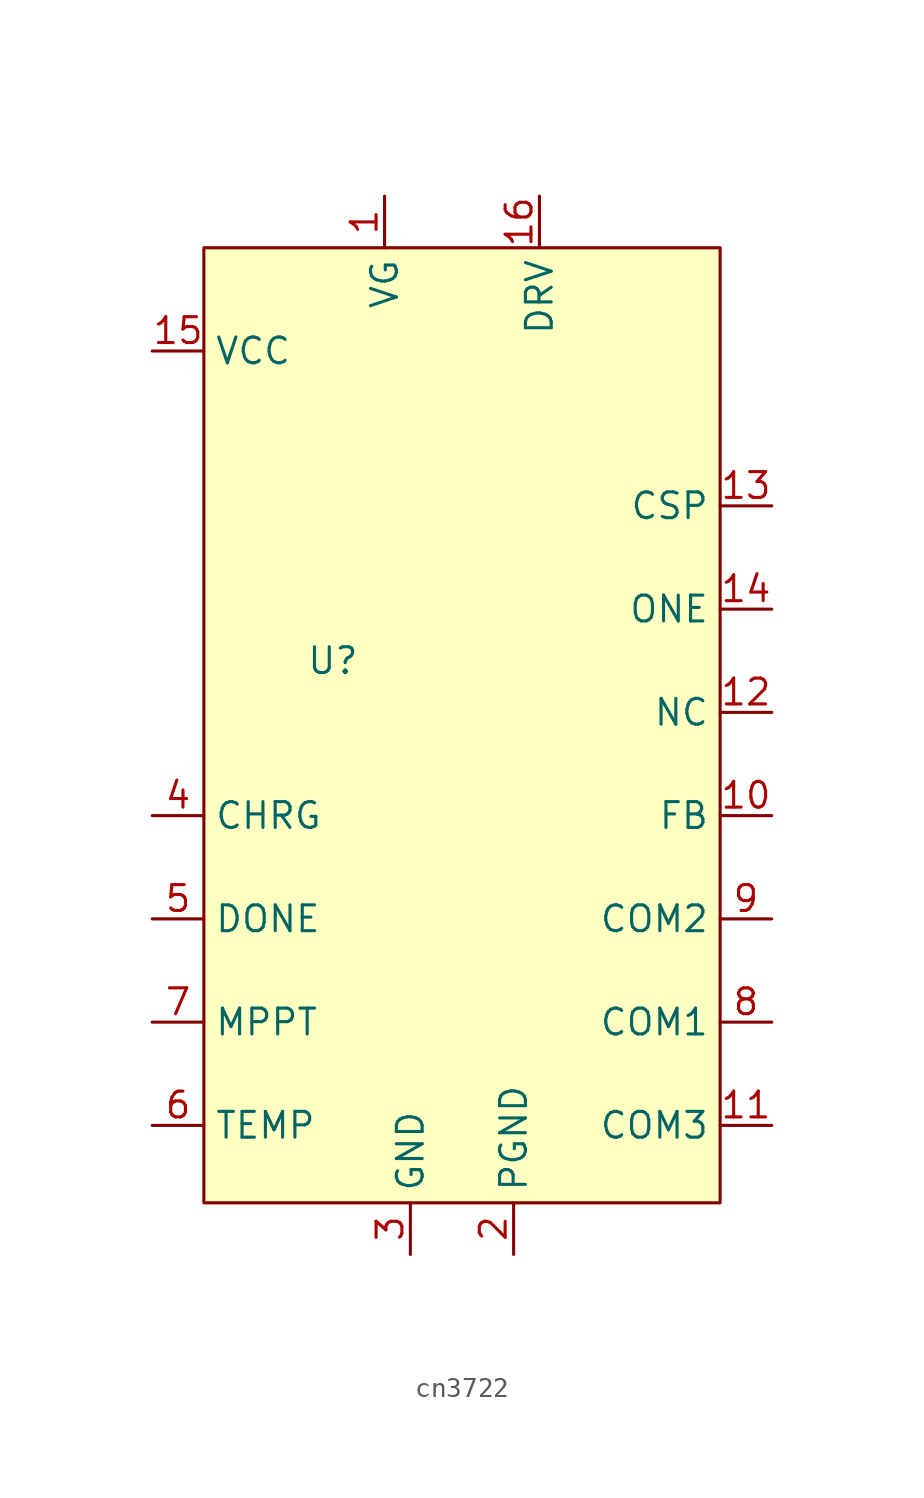
<source format=kicad_sym>
(kicad_symbol_lib
  (version 20220914)
  (generator kicad_symbol_editor)
  (symbol "cn3722"
    (property "Reference" "U"
      (at 0 0 0)
      (effects (font (size 1.27 1.27))))
    (property "Value" ""
      (at 0 0 0)
      (effects (font (size 1.27 1.27))))
    (symbol "cn3722_1_1"
      (rectangle (start -6.35 20.32) (end 19.05 -26.67) (stroke (width 0) (type default)) (fill (type background)))
      (pin input line (at 2.54 22.86 270) (length 2.54) (name "VG" (effects (font (size 1.27 1.27)))) (number "1" (effects (font (size 1.27 1.27)))))
      (pin input line (at 21.59 -7.62 180) (length 2.54) (name "FB" (effects (font (size 1.27 1.27)))) (number "10" (effects (font (size 1.27 1.27)))))
      (pin input line (at 21.59 -22.86 180) (length 2.54) (name "COM3" (effects (font (size 1.27 1.27)))) (number "11" (effects (font (size 1.27 1.27)))))
      (pin free line (at 21.59 -2.54 180) (length 2.54) (name "NC" (effects (font (size 1.27 1.27)))) (number "12" (effects (font (size 1.27 1.27)))))
      (pin input line (at 21.59 7.62 180) (length 2.54) (name "CSP" (effects (font (size 1.27 1.27)))) (number "13" (effects (font (size 1.27 1.27)))))
      (pin input line (at 21.59 2.54 180) (length 2.54) (name "ONE" (effects (font (size 1.27 1.27)))) (number "14" (effects (font (size 1.27 1.27)))))
      (pin power_in line (at -8.89 15.24 0) (length 2.54) (name "VCC" (effects (font (size 1.27 1.27)))) (number "15" (effects (font (size 1.27 1.27)))))
      (pin output line (at 10.16 22.86 270) (length 2.54) (name "DRV" (effects (font (size 1.27 1.27)))) (number "16" (effects (font (size 1.27 1.27)))))
      (pin power_in line (at 8.89 -29.21 90) (length 2.54) (name "PGND" (effects (font (size 1.27 1.27)))) (number "2" (effects (font (size 1.27 1.27)))))
      (pin power_in line (at 3.81 -29.21 90) (length 2.54) (name "GND" (effects (font (size 1.27 1.27)))) (number "3" (effects (font (size 1.27 1.27)))))
      (pin output line (at -8.89 -7.62 0) (length 2.54) (name "CHRG" (effects (font (size 1.27 1.27)))) (number "4" (effects (font (size 1.27 1.27)))))
      (pin output line (at -8.89 -12.7 0) (length 2.54) (name "DONE" (effects (font (size 1.27 1.27)))) (number "5" (effects (font (size 1.27 1.27)))))
      (pin input line (at -8.89 -22.86 0) (length 2.54) (name "TEMP" (effects (font (size 1.27 1.27)))) (number "6" (effects (font (size 1.27 1.27)))))
      (pin input line (at -8.89 -17.78 0) (length 2.54) (name "MPPT" (effects (font (size 1.27 1.27)))) (number "7" (effects (font (size 1.27 1.27)))))
      (pin input line (at 21.59 -17.78 180) (length 2.54) (name "COM1" (effects (font (size 1.27 1.27)))) (number "8" (effects (font (size 1.27 1.27)))))
      (pin input line (at 21.59 -12.7 180) (length 2.54) (name "COM2" (effects (font (size 1.27 1.27)))) (number "9" (effects (font (size 1.27 1.27))))))))
</source>
